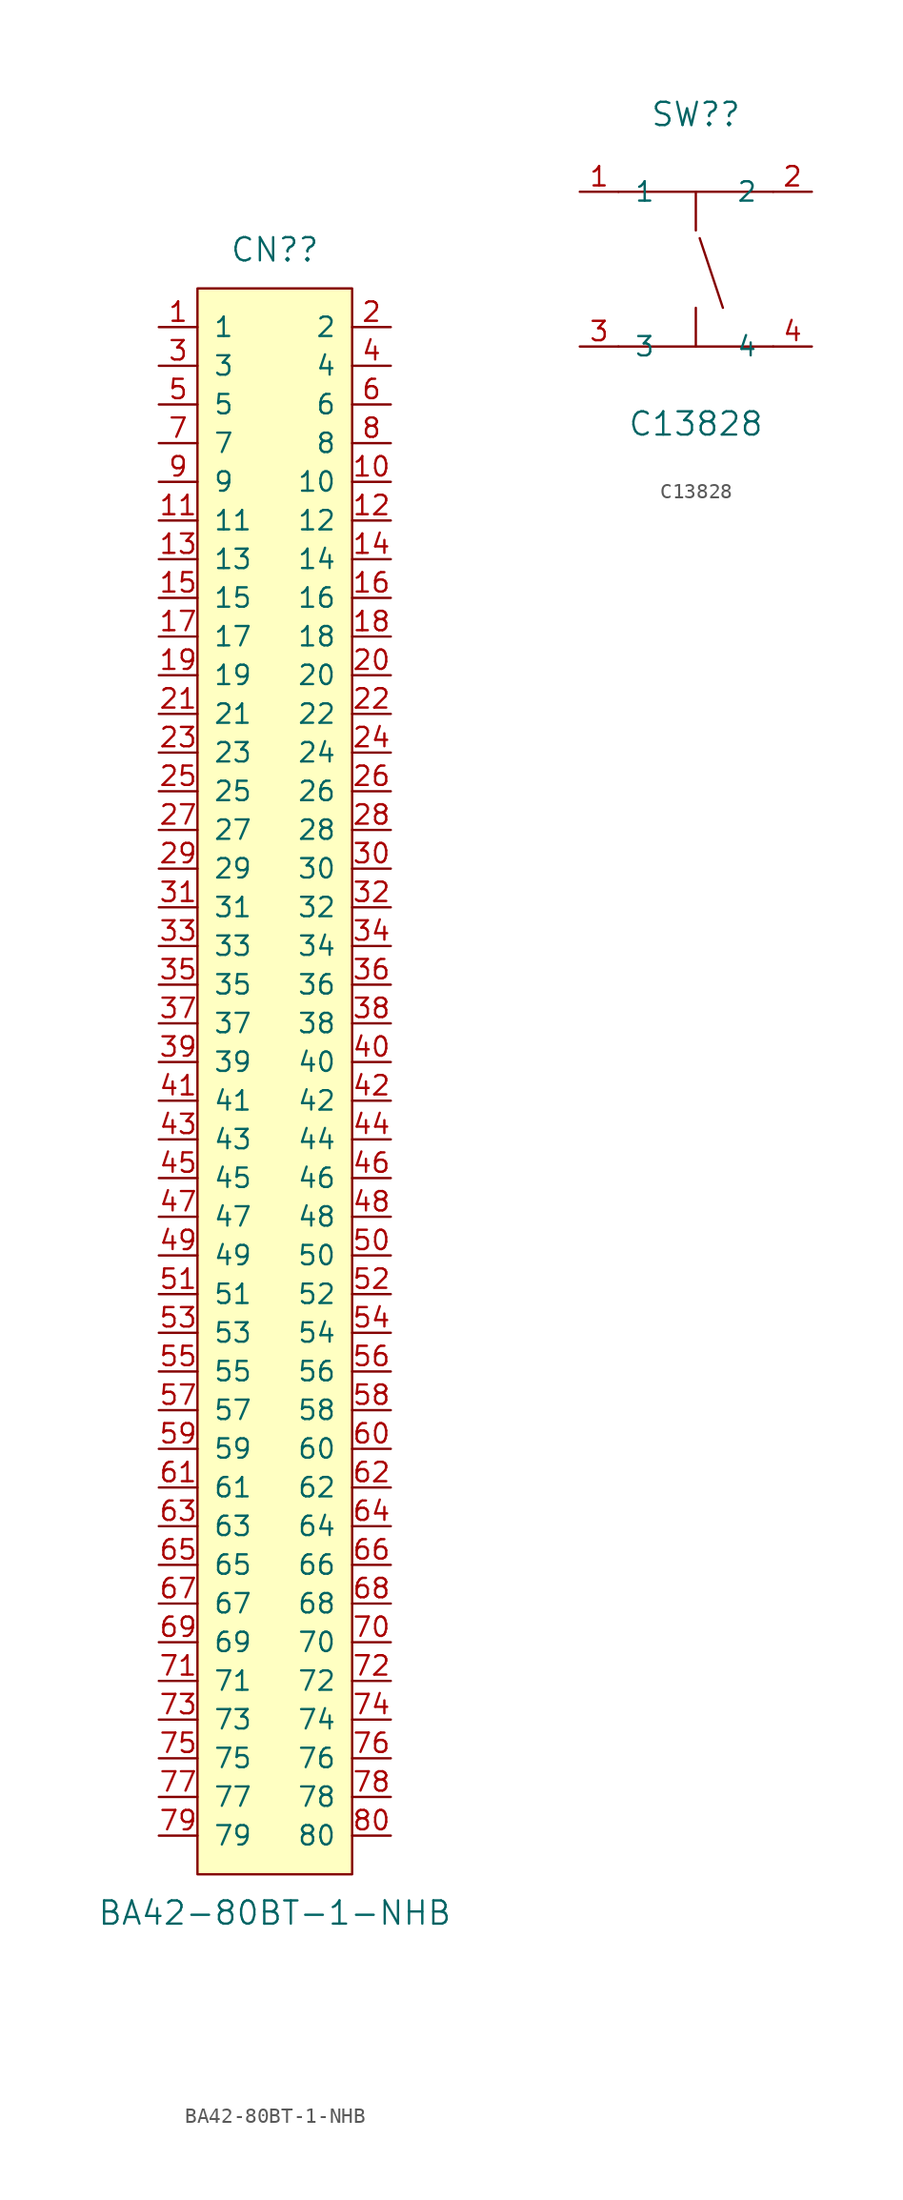
<source format=kicad_sym>
(kicad_symbol_lib
  (version 20211014)
  (generator kicad_symbol_editor)
  (symbol "BA42-80BT-1-NHB"
    (pin_names
      (offset 1.016))
    (property "Reference" "CN?"
      (at 0 54.61 0)
      (effects (font (size 1.524 1.524))))
    (property "Value" "BA42-80BT-1-NHB"
      (at 0 -54.61 0)
      (effects (font (size 1.524 1.524))))
    (property "ki_locked" ""
      (at 0 0 0)
      (effects (font (size 1.27 1.27))))
    (symbol "BA42-80BT-1-NHB_1_1"
      (rectangle (start -5.08 52.07) (end 5.08 -52.07) (stroke (width 0) (type default) (color 0 0 0 0)) (fill (type background)))
      (pin unspecified line (at -7.62 49.53 0) (length 2.54) (name "1" (effects (font (size 1.27 1.27)))) (number "1" (effects (font (size 1.27 1.27)))))
      (pin unspecified line (at 7.62 39.37 180) (length 2.54) (name "10" (effects (font (size 1.27 1.27)))) (number "10" (effects (font (size 1.27 1.27)))))
      (pin unspecified line (at -7.62 36.83 0) (length 2.54) (name "11" (effects (font (size 1.27 1.27)))) (number "11" (effects (font (size 1.27 1.27)))))
      (pin unspecified line (at 7.62 36.83 180) (length 2.54) (name "12" (effects (font (size 1.27 1.27)))) (number "12" (effects (font (size 1.27 1.27)))))
      (pin unspecified line (at -7.62 34.29 0) (length 2.54) (name "13" (effects (font (size 1.27 1.27)))) (number "13" (effects (font (size 1.27 1.27)))))
      (pin unspecified line (at 7.62 34.29 180) (length 2.54) (name "14" (effects (font (size 1.27 1.27)))) (number "14" (effects (font (size 1.27 1.27)))))
      (pin unspecified line (at -7.62 31.75 0) (length 2.54) (name "15" (effects (font (size 1.27 1.27)))) (number "15" (effects (font (size 1.27 1.27)))))
      (pin unspecified line (at 7.62 31.75 180) (length 2.54) (name "16" (effects (font (size 1.27 1.27)))) (number "16" (effects (font (size 1.27 1.27)))))
      (pin unspecified line (at -7.62 29.21 0) (length 2.54) (name "17" (effects (font (size 1.27 1.27)))) (number "17" (effects (font (size 1.27 1.27)))))
      (pin unspecified line (at 7.62 29.21 180) (length 2.54) (name "18" (effects (font (size 1.27 1.27)))) (number "18" (effects (font (size 1.27 1.27)))))
      (pin unspecified line (at -7.62 26.67 0) (length 2.54) (name "19" (effects (font (size 1.27 1.27)))) (number "19" (effects (font (size 1.27 1.27)))))
      (pin unspecified line (at 7.62 49.53 180) (length 2.54) (name "2" (effects (font (size 1.27 1.27)))) (number "2" (effects (font (size 1.27 1.27)))))
      (pin unspecified line (at 7.62 26.67 180) (length 2.54) (name "20" (effects (font (size 1.27 1.27)))) (number "20" (effects (font (size 1.27 1.27)))))
      (pin unspecified line (at -7.62 24.13 0) (length 2.54) (name "21" (effects (font (size 1.27 1.27)))) (number "21" (effects (font (size 1.27 1.27)))))
      (pin unspecified line (at 7.62 24.13 180) (length 2.54) (name "22" (effects (font (size 1.27 1.27)))) (number "22" (effects (font (size 1.27 1.27)))))
      (pin unspecified line (at -7.62 21.59 0) (length 2.54) (name "23" (effects (font (size 1.27 1.27)))) (number "23" (effects (font (size 1.27 1.27)))))
      (pin unspecified line (at 7.62 21.59 180) (length 2.54) (name "24" (effects (font (size 1.27 1.27)))) (number "24" (effects (font (size 1.27 1.27)))))
      (pin unspecified line (at -7.62 19.05 0) (length 2.54) (name "25" (effects (font (size 1.27 1.27)))) (number "25" (effects (font (size 1.27 1.27)))))
      (pin unspecified line (at 7.62 19.05 180) (length 2.54) (name "26" (effects (font (size 1.27 1.27)))) (number "26" (effects (font (size 1.27 1.27)))))
      (pin unspecified line (at -7.62 16.51 0) (length 2.54) (name "27" (effects (font (size 1.27 1.27)))) (number "27" (effects (font (size 1.27 1.27)))))
      (pin unspecified line (at 7.62 16.51 180) (length 2.54) (name "28" (effects (font (size 1.27 1.27)))) (number "28" (effects (font (size 1.27 1.27)))))
      (pin unspecified line (at -7.62 13.97 0) (length 2.54) (name "29" (effects (font (size 1.27 1.27)))) (number "29" (effects (font (size 1.27 1.27)))))
      (pin unspecified line (at -7.62 46.99 0) (length 2.54) (name "3" (effects (font (size 1.27 1.27)))) (number "3" (effects (font (size 1.27 1.27)))))
      (pin unspecified line (at 7.62 13.97 180) (length 2.54) (name "30" (effects (font (size 1.27 1.27)))) (number "30" (effects (font (size 1.27 1.27)))))
      (pin unspecified line (at -7.62 11.43 0) (length 2.54) (name "31" (effects (font (size 1.27 1.27)))) (number "31" (effects (font (size 1.27 1.27)))))
      (pin unspecified line (at 7.62 11.43 180) (length 2.54) (name "32" (effects (font (size 1.27 1.27)))) (number "32" (effects (font (size 1.27 1.27)))))
      (pin unspecified line (at -7.62 8.89 0) (length 2.54) (name "33" (effects (font (size 1.27 1.27)))) (number "33" (effects (font (size 1.27 1.27)))))
      (pin unspecified line (at 7.62 8.89 180) (length 2.54) (name "34" (effects (font (size 1.27 1.27)))) (number "34" (effects (font (size 1.27 1.27)))))
      (pin unspecified line (at -7.62 6.35 0) (length 2.54) (name "35" (effects (font (size 1.27 1.27)))) (number "35" (effects (font (size 1.27 1.27)))))
      (pin unspecified line (at 7.62 6.35 180) (length 2.54) (name "36" (effects (font (size 1.27 1.27)))) (number "36" (effects (font (size 1.27 1.27)))))
      (pin unspecified line (at -7.62 3.81 0) (length 2.54) (name "37" (effects (font (size 1.27 1.27)))) (number "37" (effects (font (size 1.27 1.27)))))
      (pin unspecified line (at 7.62 3.81 180) (length 2.54) (name "38" (effects (font (size 1.27 1.27)))) (number "38" (effects (font (size 1.27 1.27)))))
      (pin unspecified line (at -7.62 1.27 0) (length 2.54) (name "39" (effects (font (size 1.27 1.27)))) (number "39" (effects (font (size 1.27 1.27)))))
      (pin unspecified line (at 7.62 46.99 180) (length 2.54) (name "4" (effects (font (size 1.27 1.27)))) (number "4" (effects (font (size 1.27 1.27)))))
      (pin unspecified line (at 7.62 1.27 180) (length 2.54) (name "40" (effects (font (size 1.27 1.27)))) (number "40" (effects (font (size 1.27 1.27)))))
      (pin unspecified line (at -7.62 -1.27 0) (length 2.54) (name "41" (effects (font (size 1.27 1.27)))) (number "41" (effects (font (size 1.27 1.27)))))
      (pin unspecified line (at 7.62 -1.27 180) (length 2.54) (name "42" (effects (font (size 1.27 1.27)))) (number "42" (effects (font (size 1.27 1.27)))))
      (pin unspecified line (at -7.62 -3.81 0) (length 2.54) (name "43" (effects (font (size 1.27 1.27)))) (number "43" (effects (font (size 1.27 1.27)))))
      (pin unspecified line (at 7.62 -3.81 180) (length 2.54) (name "44" (effects (font (size 1.27 1.27)))) (number "44" (effects (font (size 1.27 1.27)))))
      (pin unspecified line (at -7.62 -6.35 0) (length 2.54) (name "45" (effects (font (size 1.27 1.27)))) (number "45" (effects (font (size 1.27 1.27)))))
      (pin unspecified line (at 7.62 -6.35 180) (length 2.54) (name "46" (effects (font (size 1.27 1.27)))) (number "46" (effects (font (size 1.27 1.27)))))
      (pin unspecified line (at -7.62 -8.89 0) (length 2.54) (name "47" (effects (font (size 1.27 1.27)))) (number "47" (effects (font (size 1.27 1.27)))))
      (pin unspecified line (at 7.62 -8.89 180) (length 2.54) (name "48" (effects (font (size 1.27 1.27)))) (number "48" (effects (font (size 1.27 1.27)))))
      (pin unspecified line (at -7.62 -11.43 0) (length 2.54) (name "49" (effects (font (size 1.27 1.27)))) (number "49" (effects (font (size 1.27 1.27)))))
      (pin unspecified line (at -7.62 44.45 0) (length 2.54) (name "5" (effects (font (size 1.27 1.27)))) (number "5" (effects (font (size 1.27 1.27)))))
      (pin unspecified line (at 7.62 -11.43 180) (length 2.54) (name "50" (effects (font (size 1.27 1.27)))) (number "50" (effects (font (size 1.27 1.27)))))
      (pin unspecified line (at -7.62 -13.97 0) (length 2.54) (name "51" (effects (font (size 1.27 1.27)))) (number "51" (effects (font (size 1.27 1.27)))))
      (pin unspecified line (at 7.62 -13.97 180) (length 2.54) (name "52" (effects (font (size 1.27 1.27)))) (number "52" (effects (font (size 1.27 1.27)))))
      (pin unspecified line (at -7.62 -16.51 0) (length 2.54) (name "53" (effects (font (size 1.27 1.27)))) (number "53" (effects (font (size 1.27 1.27)))))
      (pin unspecified line (at 7.62 -16.51 180) (length 2.54) (name "54" (effects (font (size 1.27 1.27)))) (number "54" (effects (font (size 1.27 1.27)))))
      (pin unspecified line (at -7.62 -19.05 0) (length 2.54) (name "55" (effects (font (size 1.27 1.27)))) (number "55" (effects (font (size 1.27 1.27)))))
      (pin unspecified line (at 7.62 -19.05 180) (length 2.54) (name "56" (effects (font (size 1.27 1.27)))) (number "56" (effects (font (size 1.27 1.27)))))
      (pin unspecified line (at -7.62 -21.59 0) (length 2.54) (name "57" (effects (font (size 1.27 1.27)))) (number "57" (effects (font (size 1.27 1.27)))))
      (pin unspecified line (at 7.62 -21.59 180) (length 2.54) (name "58" (effects (font (size 1.27 1.27)))) (number "58" (effects (font (size 1.27 1.27)))))
      (pin unspecified line (at -7.62 -24.13 0) (length 2.54) (name "59" (effects (font (size 1.27 1.27)))) (number "59" (effects (font (size 1.27 1.27)))))
      (pin unspecified line (at 7.62 44.45 180) (length 2.54) (name "6" (effects (font (size 1.27 1.27)))) (number "6" (effects (font (size 1.27 1.27)))))
      (pin unspecified line (at 7.62 -24.13 180) (length 2.54) (name "60" (effects (font (size 1.27 1.27)))) (number "60" (effects (font (size 1.27 1.27)))))
      (pin unspecified line (at -7.62 -26.67 0) (length 2.54) (name "61" (effects (font (size 1.27 1.27)))) (number "61" (effects (font (size 1.27 1.27)))))
      (pin unspecified line (at 7.62 -26.67 180) (length 2.54) (name "62" (effects (font (size 1.27 1.27)))) (number "62" (effects (font (size 1.27 1.27)))))
      (pin unspecified line (at -7.62 -29.21 0) (length 2.54) (name "63" (effects (font (size 1.27 1.27)))) (number "63" (effects (font (size 1.27 1.27)))))
      (pin unspecified line (at 7.62 -29.21 180) (length 2.54) (name "64" (effects (font (size 1.27 1.27)))) (number "64" (effects (font (size 1.27 1.27)))))
      (pin unspecified line (at -7.62 -31.75 0) (length 2.54) (name "65" (effects (font (size 1.27 1.27)))) (number "65" (effects (font (size 1.27 1.27)))))
      (pin unspecified line (at 7.62 -31.75 180) (length 2.54) (name "66" (effects (font (size 1.27 1.27)))) (number "66" (effects (font (size 1.27 1.27)))))
      (pin unspecified line (at -7.62 -34.29 0) (length 2.54) (name "67" (effects (font (size 1.27 1.27)))) (number "67" (effects (font (size 1.27 1.27)))))
      (pin unspecified line (at 7.62 -34.29 180) (length 2.54) (name "68" (effects (font (size 1.27 1.27)))) (number "68" (effects (font (size 1.27 1.27)))))
      (pin unspecified line (at -7.62 -36.83 0) (length 2.54) (name "69" (effects (font (size 1.27 1.27)))) (number "69" (effects (font (size 1.27 1.27)))))
      (pin unspecified line (at -7.62 41.91 0) (length 2.54) (name "7" (effects (font (size 1.27 1.27)))) (number "7" (effects (font (size 1.27 1.27)))))
      (pin unspecified line (at 7.62 -36.83 180) (length 2.54) (name "70" (effects (font (size 1.27 1.27)))) (number "70" (effects (font (size 1.27 1.27)))))
      (pin unspecified line (at -7.62 -39.37 0) (length 2.54) (name "71" (effects (font (size 1.27 1.27)))) (number "71" (effects (font (size 1.27 1.27)))))
      (pin unspecified line (at 7.62 -39.37 180) (length 2.54) (name "72" (effects (font (size 1.27 1.27)))) (number "72" (effects (font (size 1.27 1.27)))))
      (pin unspecified line (at -7.62 -41.91 0) (length 2.54) (name "73" (effects (font (size 1.27 1.27)))) (number "73" (effects (font (size 1.27 1.27)))))
      (pin unspecified line (at 7.62 -41.91 180) (length 2.54) (name "74" (effects (font (size 1.27 1.27)))) (number "74" (effects (font (size 1.27 1.27)))))
      (pin unspecified line (at -7.62 -44.45 0) (length 2.54) (name "75" (effects (font (size 1.27 1.27)))) (number "75" (effects (font (size 1.27 1.27)))))
      (pin unspecified line (at 7.62 -44.45 180) (length 2.54) (name "76" (effects (font (size 1.27 1.27)))) (number "76" (effects (font (size 1.27 1.27)))))
      (pin unspecified line (at -7.62 -46.99 0) (length 2.54) (name "77" (effects (font (size 1.27 1.27)))) (number "77" (effects (font (size 1.27 1.27)))))
      (pin unspecified line (at 7.62 -46.99 180) (length 2.54) (name "78" (effects (font (size 1.27 1.27)))) (number "78" (effects (font (size 1.27 1.27)))))
      (pin unspecified line (at -7.62 -49.53 0) (length 2.54) (name "79" (effects (font (size 1.27 1.27)))) (number "79" (effects (font (size 1.27 1.27)))))
      (pin unspecified line (at 7.62 41.91 180) (length 2.54) (name "8" (effects (font (size 1.27 1.27)))) (number "8" (effects (font (size 1.27 1.27)))))
      (pin unspecified line (at 7.62 -49.53 180) (length 2.54) (name "80" (effects (font (size 1.27 1.27)))) (number "80" (effects (font (size 1.27 1.27)))))
      (pin unspecified line (at -7.62 39.37 0) (length 2.54) (name "9" (effects (font (size 1.27 1.27)))) (number "9" (effects (font (size 1.27 1.27)))))))
  (symbol "C13828"
    (pin_names
      (offset 1.016))
    (property "Reference" "SW?"
      (at 0 10.16 0)
      (effects (font (size 1.524 1.524))))
    (property "Value" "C13828"
      (at 0 -10.16 0)
      (effects (font (size 1.524 1.524))))
    (property "ki_locked" ""
      (at 0 0 0)
      (effects (font (size 1.27 1.27))))
    (symbol "C13828_1_1"
      (polyline (pts (xy -5.08 -5.08) (xy 5.08 -5.08)) (stroke (width 0) (type default) (color 0 0 0 0)) (fill (type none)))
      (polyline (pts (xy -5.08 5.08) (xy 5.08 5.08)) (stroke (width 0) (type default) (color 0 0 0 0)) (fill (type none)))
      (polyline (pts (xy 0 -5.08) (xy 0 -2.54)) (stroke (width 0) (type default) (color 0 0 0 0)) (fill (type none)))
      (polyline (pts (xy 0 5.08) (xy 0 2.54)) (stroke (width 0) (type default) (color 0 0 0 0)) (fill (type none)))
      (polyline (pts (xy 0.254 2.032) (xy 1.778 -2.54)) (stroke (width 0) (type default) (color 0 0 0 0)) (fill (type none)))
      (pin unspecified line (at -7.62 5.08 0) (length 2.54) (name "1" (effects (font (size 1.27 1.27)))) (number "1" (effects (font (size 1.27 1.27)))))
      (pin unspecified line (at 7.62 5.08 180) (length 2.54) (name "2" (effects (font (size 1.27 1.27)))) (number "2" (effects (font (size 1.27 1.27)))))
      (pin unspecified line (at -7.62 -5.08 0) (length 2.54) (name "3" (effects (font (size 1.27 1.27)))) (number "3" (effects (font (size 1.27 1.27)))))
      (pin unspecified line (at 7.62 -5.08 180) (length 2.54) (name "4" (effects (font (size 1.27 1.27)))) (number "4" (effects (font (size 1.27 1.27))))))))
</source>
